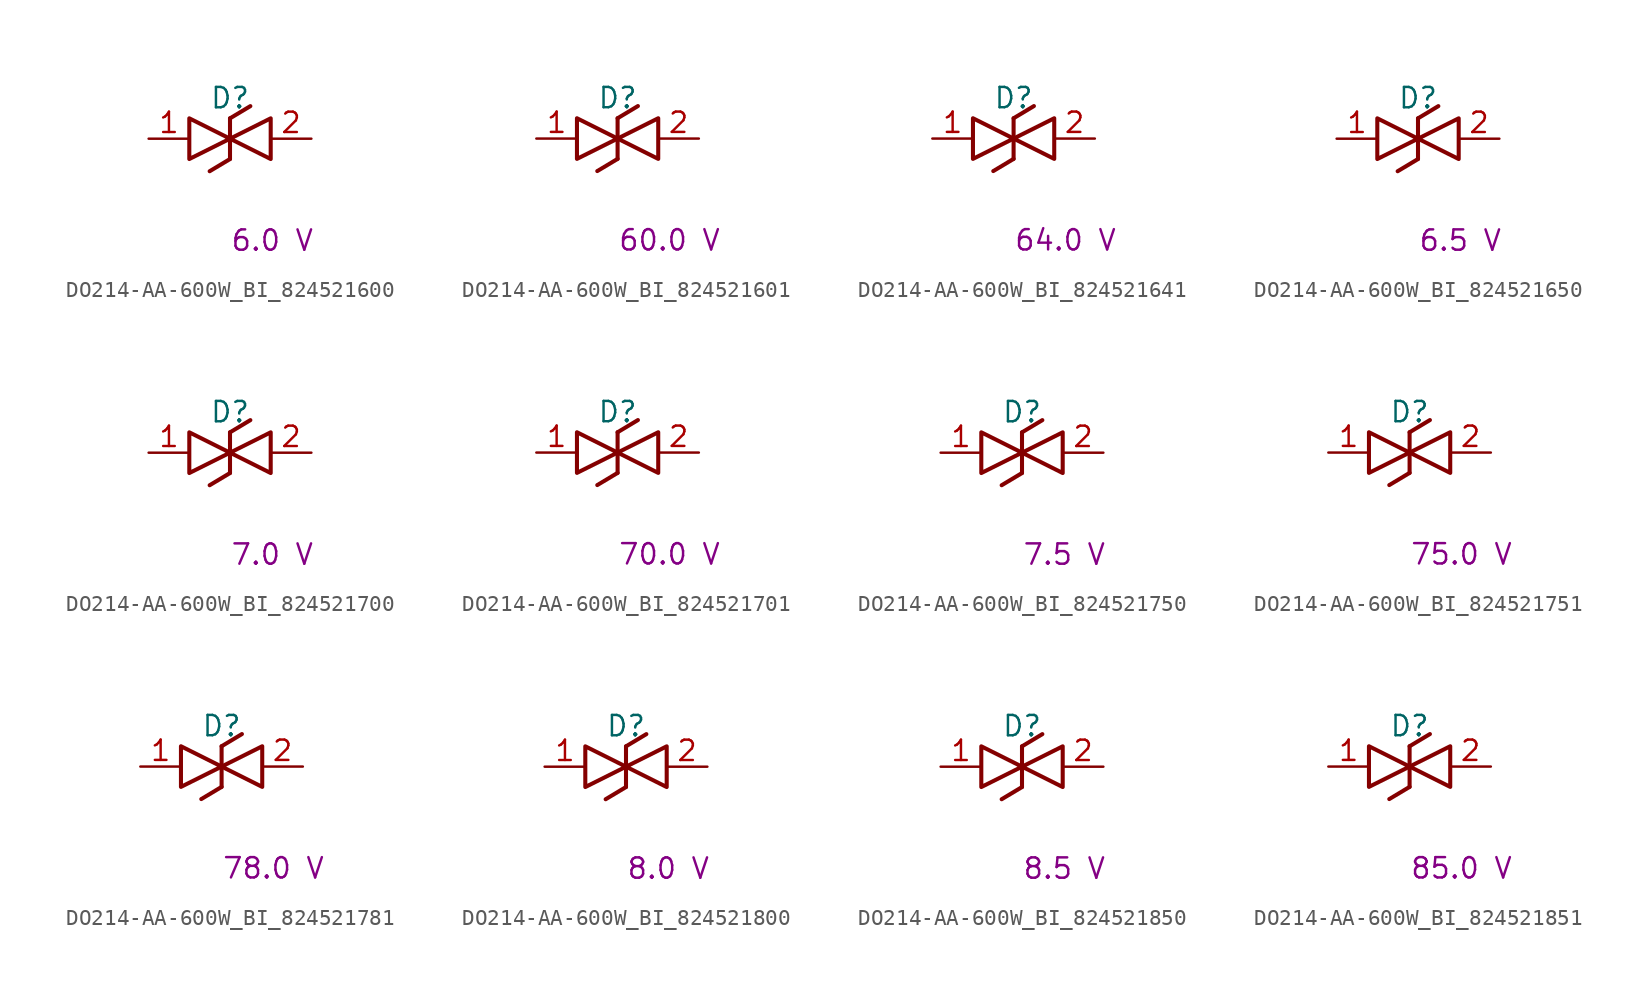
<source format=kicad_sym>
(kicad_symbol_lib
  (version 20220914)
  (generator kicad_symbol_editor)
  (symbol "DO214-AA-600W_BI_824521600"
    (pin_names hide)
    (property "Reference" "D"
      (at 0 2.54 0)
      (effects (font (size 1.27 1.27))))
    (property "Critical Parameter" "6.0 V"
      (at 0 -6.35 0)
      (effects (font (size 1.27 1.27)) (justify left)))
    (symbol "DO214-AA-600W_BI_824521600_0_1"
      (polyline (pts (xy -2.54 1.27) (xy -2.54 -1.27) (xy 2.54 1.27) (xy 2.54 -1.27) (xy -2.54 1.27)) (stroke (width 0.254) (type default)) (fill (type none))))
    (symbol "DO214-AA-600W_BI_824521600_1_1"
      (polyline (pts (xy 0 -1.27) (xy -1.27 -2.032)) (stroke (width 0.254) (type default)) (fill (type none)))
      (polyline (pts (xy 0 1.27) (xy 0 -1.27)) (stroke (width 0.254) (type default)) (fill (type none)))
      (polyline (pts (xy 0 1.27) (xy 1.27 2.032)) (stroke (width 0.254) (type default)) (fill (type none)))
      (pin passive line (at -5.08 0 0) (length 2.54) (name "1" (effects (font (size 1.27 1.27)))) (number "1" (effects (font (size 1.27 1.27)))))
      (pin passive line (at 5.08 0 180) (length 2.54) (name "2" (effects (font (size 1.27 1.27)))) (number "2" (effects (font (size 1.27 1.27)))))))
  (symbol "DO214-AA-600W_BI_824521601"
    (pin_names hide)
    (property "Reference" "D"
      (at 0 2.54 0)
      (effects (font (size 1.27 1.27))))
    (property "Critical Parameter" "60.0 V"
      (at 0 -6.35 0)
      (effects (font (size 1.27 1.27)) (justify left)))
    (symbol "DO214-AA-600W_BI_824521601_0_1"
      (polyline (pts (xy -2.54 1.27) (xy -2.54 -1.27) (xy 2.54 1.27) (xy 2.54 -1.27) (xy -2.54 1.27)) (stroke (width 0.254) (type default)) (fill (type none))))
    (symbol "DO214-AA-600W_BI_824521601_1_1"
      (polyline (pts (xy 0 -1.27) (xy -1.27 -2.032)) (stroke (width 0.254) (type default)) (fill (type none)))
      (polyline (pts (xy 0 1.27) (xy 0 -1.27)) (stroke (width 0.254) (type default)) (fill (type none)))
      (polyline (pts (xy 0 1.27) (xy 1.27 2.032)) (stroke (width 0.254) (type default)) (fill (type none)))
      (pin passive line (at -5.08 0 0) (length 2.54) (name "1" (effects (font (size 1.27 1.27)))) (number "1" (effects (font (size 1.27 1.27)))))
      (pin passive line (at 5.08 0 180) (length 2.54) (name "2" (effects (font (size 1.27 1.27)))) (number "2" (effects (font (size 1.27 1.27)))))))
  (symbol "DO214-AA-600W_BI_824521641"
    (pin_names hide)
    (property "Reference" "D"
      (at 0 2.54 0)
      (effects (font (size 1.27 1.27))))
    (property "Critical Parameter" "64.0 V"
      (at 0 -6.35 0)
      (effects (font (size 1.27 1.27)) (justify left)))
    (symbol "DO214-AA-600W_BI_824521641_0_1"
      (polyline (pts (xy -2.54 1.27) (xy -2.54 -1.27) (xy 2.54 1.27) (xy 2.54 -1.27) (xy -2.54 1.27)) (stroke (width 0.254) (type default)) (fill (type none))))
    (symbol "DO214-AA-600W_BI_824521641_1_1"
      (polyline (pts (xy 0 -1.27) (xy -1.27 -2.032)) (stroke (width 0.254) (type default)) (fill (type none)))
      (polyline (pts (xy 0 1.27) (xy 0 -1.27)) (stroke (width 0.254) (type default)) (fill (type none)))
      (polyline (pts (xy 0 1.27) (xy 1.27 2.032)) (stroke (width 0.254) (type default)) (fill (type none)))
      (pin passive line (at -5.08 0 0) (length 2.54) (name "1" (effects (font (size 1.27 1.27)))) (number "1" (effects (font (size 1.27 1.27)))))
      (pin passive line (at 5.08 0 180) (length 2.54) (name "2" (effects (font (size 1.27 1.27)))) (number "2" (effects (font (size 1.27 1.27)))))))
  (symbol "DO214-AA-600W_BI_824521650"
    (pin_names hide)
    (property "Reference" "D"
      (at 0 2.54 0)
      (effects (font (size 1.27 1.27))))
    (property "Critical Parameter" "6.5 V"
      (at 0 -6.35 0)
      (effects (font (size 1.27 1.27)) (justify left)))
    (symbol "DO214-AA-600W_BI_824521650_0_1"
      (polyline (pts (xy -2.54 1.27) (xy -2.54 -1.27) (xy 2.54 1.27) (xy 2.54 -1.27) (xy -2.54 1.27)) (stroke (width 0.254) (type default)) (fill (type none))))
    (symbol "DO214-AA-600W_BI_824521650_1_1"
      (polyline (pts (xy 0 -1.27) (xy -1.27 -2.032)) (stroke (width 0.254) (type default)) (fill (type none)))
      (polyline (pts (xy 0 1.27) (xy 0 -1.27)) (stroke (width 0.254) (type default)) (fill (type none)))
      (polyline (pts (xy 0 1.27) (xy 1.27 2.032)) (stroke (width 0.254) (type default)) (fill (type none)))
      (pin passive line (at -5.08 0 0) (length 2.54) (name "1" (effects (font (size 1.27 1.27)))) (number "1" (effects (font (size 1.27 1.27)))))
      (pin passive line (at 5.08 0 180) (length 2.54) (name "2" (effects (font (size 1.27 1.27)))) (number "2" (effects (font (size 1.27 1.27)))))))
  (symbol "DO214-AA-600W_BI_824521700"
    (pin_names hide)
    (property "Reference" "D"
      (at 0 2.54 0)
      (effects (font (size 1.27 1.27))))
    (property "Critical Parameter" "7.0 V"
      (at 0 -6.35 0)
      (effects (font (size 1.27 1.27)) (justify left)))
    (symbol "DO214-AA-600W_BI_824521700_0_1"
      (polyline (pts (xy -2.54 1.27) (xy -2.54 -1.27) (xy 2.54 1.27) (xy 2.54 -1.27) (xy -2.54 1.27)) (stroke (width 0.254) (type default)) (fill (type none))))
    (symbol "DO214-AA-600W_BI_824521700_1_1"
      (polyline (pts (xy 0 -1.27) (xy -1.27 -2.032)) (stroke (width 0.254) (type default)) (fill (type none)))
      (polyline (pts (xy 0 1.27) (xy 0 -1.27)) (stroke (width 0.254) (type default)) (fill (type none)))
      (polyline (pts (xy 0 1.27) (xy 1.27 2.032)) (stroke (width 0.254) (type default)) (fill (type none)))
      (pin passive line (at -5.08 0 0) (length 2.54) (name "1" (effects (font (size 1.27 1.27)))) (number "1" (effects (font (size 1.27 1.27)))))
      (pin passive line (at 5.08 0 180) (length 2.54) (name "2" (effects (font (size 1.27 1.27)))) (number "2" (effects (font (size 1.27 1.27)))))))
  (symbol "DO214-AA-600W_BI_824521701"
    (pin_names hide)
    (property "Reference" "D"
      (at 0 2.54 0)
      (effects (font (size 1.27 1.27))))
    (property "Critical Parameter" "70.0 V"
      (at 0 -6.35 0)
      (effects (font (size 1.27 1.27)) (justify left)))
    (symbol "DO214-AA-600W_BI_824521701_0_1"
      (polyline (pts (xy -2.54 1.27) (xy -2.54 -1.27) (xy 2.54 1.27) (xy 2.54 -1.27) (xy -2.54 1.27)) (stroke (width 0.254) (type default)) (fill (type none))))
    (symbol "DO214-AA-600W_BI_824521701_1_1"
      (polyline (pts (xy 0 -1.27) (xy -1.27 -2.032)) (stroke (width 0.254) (type default)) (fill (type none)))
      (polyline (pts (xy 0 1.27) (xy 0 -1.27)) (stroke (width 0.254) (type default)) (fill (type none)))
      (polyline (pts (xy 0 1.27) (xy 1.27 2.032)) (stroke (width 0.254) (type default)) (fill (type none)))
      (pin passive line (at -5.08 0 0) (length 2.54) (name "1" (effects (font (size 1.27 1.27)))) (number "1" (effects (font (size 1.27 1.27)))))
      (pin passive line (at 5.08 0 180) (length 2.54) (name "2" (effects (font (size 1.27 1.27)))) (number "2" (effects (font (size 1.27 1.27)))))))
  (symbol "DO214-AA-600W_BI_824521750"
    (pin_names hide)
    (property "Reference" "D"
      (at 0 2.54 0)
      (effects (font (size 1.27 1.27))))
    (property "Critical Parameter" "7.5 V"
      (at 0 -6.35 0)
      (effects (font (size 1.27 1.27)) (justify left)))
    (symbol "DO214-AA-600W_BI_824521750_0_1"
      (polyline (pts (xy -2.54 1.27) (xy -2.54 -1.27) (xy 2.54 1.27) (xy 2.54 -1.27) (xy -2.54 1.27)) (stroke (width 0.254) (type default)) (fill (type none))))
    (symbol "DO214-AA-600W_BI_824521750_1_1"
      (polyline (pts (xy 0 -1.27) (xy -1.27 -2.032)) (stroke (width 0.254) (type default)) (fill (type none)))
      (polyline (pts (xy 0 1.27) (xy 0 -1.27)) (stroke (width 0.254) (type default)) (fill (type none)))
      (polyline (pts (xy 0 1.27) (xy 1.27 2.032)) (stroke (width 0.254) (type default)) (fill (type none)))
      (pin passive line (at -5.08 0 0) (length 2.54) (name "1" (effects (font (size 1.27 1.27)))) (number "1" (effects (font (size 1.27 1.27)))))
      (pin passive line (at 5.08 0 180) (length 2.54) (name "2" (effects (font (size 1.27 1.27)))) (number "2" (effects (font (size 1.27 1.27)))))))
  (symbol "DO214-AA-600W_BI_824521751"
    (pin_names hide)
    (property "Reference" "D"
      (at 0 2.54 0)
      (effects (font (size 1.27 1.27))))
    (property "Critical Parameter" "75.0 V"
      (at 0 -6.35 0)
      (effects (font (size 1.27 1.27)) (justify left)))
    (symbol "DO214-AA-600W_BI_824521751_0_1"
      (polyline (pts (xy -2.54 1.27) (xy -2.54 -1.27) (xy 2.54 1.27) (xy 2.54 -1.27) (xy -2.54 1.27)) (stroke (width 0.254) (type default)) (fill (type none))))
    (symbol "DO214-AA-600W_BI_824521751_1_1"
      (polyline (pts (xy 0 -1.27) (xy -1.27 -2.032)) (stroke (width 0.254) (type default)) (fill (type none)))
      (polyline (pts (xy 0 1.27) (xy 0 -1.27)) (stroke (width 0.254) (type default)) (fill (type none)))
      (polyline (pts (xy 0 1.27) (xy 1.27 2.032)) (stroke (width 0.254) (type default)) (fill (type none)))
      (pin passive line (at -5.08 0 0) (length 2.54) (name "1" (effects (font (size 1.27 1.27)))) (number "1" (effects (font (size 1.27 1.27)))))
      (pin passive line (at 5.08 0 180) (length 2.54) (name "2" (effects (font (size 1.27 1.27)))) (number "2" (effects (font (size 1.27 1.27)))))))
  (symbol "DO214-AA-600W_BI_824521781"
    (pin_names hide)
    (property "Reference" "D"
      (at 0 2.54 0)
      (effects (font (size 1.27 1.27))))
    (property "Critical Parameter" "78.0 V"
      (at 0 -6.35 0)
      (effects (font (size 1.27 1.27)) (justify left)))
    (symbol "DO214-AA-600W_BI_824521781_0_1"
      (polyline (pts (xy -2.54 1.27) (xy -2.54 -1.27) (xy 2.54 1.27) (xy 2.54 -1.27) (xy -2.54 1.27)) (stroke (width 0.254) (type default)) (fill (type none))))
    (symbol "DO214-AA-600W_BI_824521781_1_1"
      (polyline (pts (xy 0 -1.27) (xy -1.27 -2.032)) (stroke (width 0.254) (type default)) (fill (type none)))
      (polyline (pts (xy 0 1.27) (xy 0 -1.27)) (stroke (width 0.254) (type default)) (fill (type none)))
      (polyline (pts (xy 0 1.27) (xy 1.27 2.032)) (stroke (width 0.254) (type default)) (fill (type none)))
      (pin passive line (at -5.08 0 0) (length 2.54) (name "1" (effects (font (size 1.27 1.27)))) (number "1" (effects (font (size 1.27 1.27)))))
      (pin passive line (at 5.08 0 180) (length 2.54) (name "2" (effects (font (size 1.27 1.27)))) (number "2" (effects (font (size 1.27 1.27)))))))
  (symbol "DO214-AA-600W_BI_824521800"
    (pin_names hide)
    (property "Reference" "D"
      (at 0 2.54 0)
      (effects (font (size 1.27 1.27))))
    (property "Critical Parameter" "8.0 V"
      (at 0 -6.35 0)
      (effects (font (size 1.27 1.27)) (justify left)))
    (symbol "DO214-AA-600W_BI_824521800_0_1"
      (polyline (pts (xy -2.54 1.27) (xy -2.54 -1.27) (xy 2.54 1.27) (xy 2.54 -1.27) (xy -2.54 1.27)) (stroke (width 0.254) (type default)) (fill (type none))))
    (symbol "DO214-AA-600W_BI_824521800_1_1"
      (polyline (pts (xy 0 -1.27) (xy -1.27 -2.032)) (stroke (width 0.254) (type default)) (fill (type none)))
      (polyline (pts (xy 0 1.27) (xy 0 -1.27)) (stroke (width 0.254) (type default)) (fill (type none)))
      (polyline (pts (xy 0 1.27) (xy 1.27 2.032)) (stroke (width 0.254) (type default)) (fill (type none)))
      (pin passive line (at -5.08 0 0) (length 2.54) (name "1" (effects (font (size 1.27 1.27)))) (number "1" (effects (font (size 1.27 1.27)))))
      (pin passive line (at 5.08 0 180) (length 2.54) (name "2" (effects (font (size 1.27 1.27)))) (number "2" (effects (font (size 1.27 1.27)))))))
  (symbol "DO214-AA-600W_BI_824521850"
    (pin_names hide)
    (property "Reference" "D"
      (at 0 2.54 0)
      (effects (font (size 1.27 1.27))))
    (property "Critical Parameter" "8.5 V"
      (at 0 -6.35 0)
      (effects (font (size 1.27 1.27)) (justify left)))
    (symbol "DO214-AA-600W_BI_824521850_0_1"
      (polyline (pts (xy -2.54 1.27) (xy -2.54 -1.27) (xy 2.54 1.27) (xy 2.54 -1.27) (xy -2.54 1.27)) (stroke (width 0.254) (type default)) (fill (type none))))
    (symbol "DO214-AA-600W_BI_824521850_1_1"
      (polyline (pts (xy 0 -1.27) (xy -1.27 -2.032)) (stroke (width 0.254) (type default)) (fill (type none)))
      (polyline (pts (xy 0 1.27) (xy 0 -1.27)) (stroke (width 0.254) (type default)) (fill (type none)))
      (polyline (pts (xy 0 1.27) (xy 1.27 2.032)) (stroke (width 0.254) (type default)) (fill (type none)))
      (pin passive line (at -5.08 0 0) (length 2.54) (name "1" (effects (font (size 1.27 1.27)))) (number "1" (effects (font (size 1.27 1.27)))))
      (pin passive line (at 5.08 0 180) (length 2.54) (name "2" (effects (font (size 1.27 1.27)))) (number "2" (effects (font (size 1.27 1.27)))))))
  (symbol "DO214-AA-600W_BI_824521851"
    (pin_names hide)
    (property "Reference" "D"
      (at 0 2.54 0)
      (effects (font (size 1.27 1.27))))
    (property "Critical Parameter" "85.0 V"
      (at 0 -6.35 0)
      (effects (font (size 1.27 1.27)) (justify left)))
    (symbol "DO214-AA-600W_BI_824521851_0_1"
      (polyline (pts (xy -2.54 1.27) (xy -2.54 -1.27) (xy 2.54 1.27) (xy 2.54 -1.27) (xy -2.54 1.27)) (stroke (width 0.254) (type default)) (fill (type none))))
    (symbol "DO214-AA-600W_BI_824521851_1_1"
      (polyline (pts (xy 0 -1.27) (xy -1.27 -2.032)) (stroke (width 0.254) (type default)) (fill (type none)))
      (polyline (pts (xy 0 1.27) (xy 0 -1.27)) (stroke (width 0.254) (type default)) (fill (type none)))
      (polyline (pts (xy 0 1.27) (xy 1.27 2.032)) (stroke (width 0.254) (type default)) (fill (type none)))
      (pin passive line (at -5.08 0 0) (length 2.54) (name "1" (effects (font (size 1.27 1.27)))) (number "1" (effects (font (size 1.27 1.27)))))
      (pin passive line (at 5.08 0 180) (length 2.54) (name "2" (effects (font (size 1.27 1.27)))) (number "2" (effects (font (size 1.27 1.27))))))))
</source>
